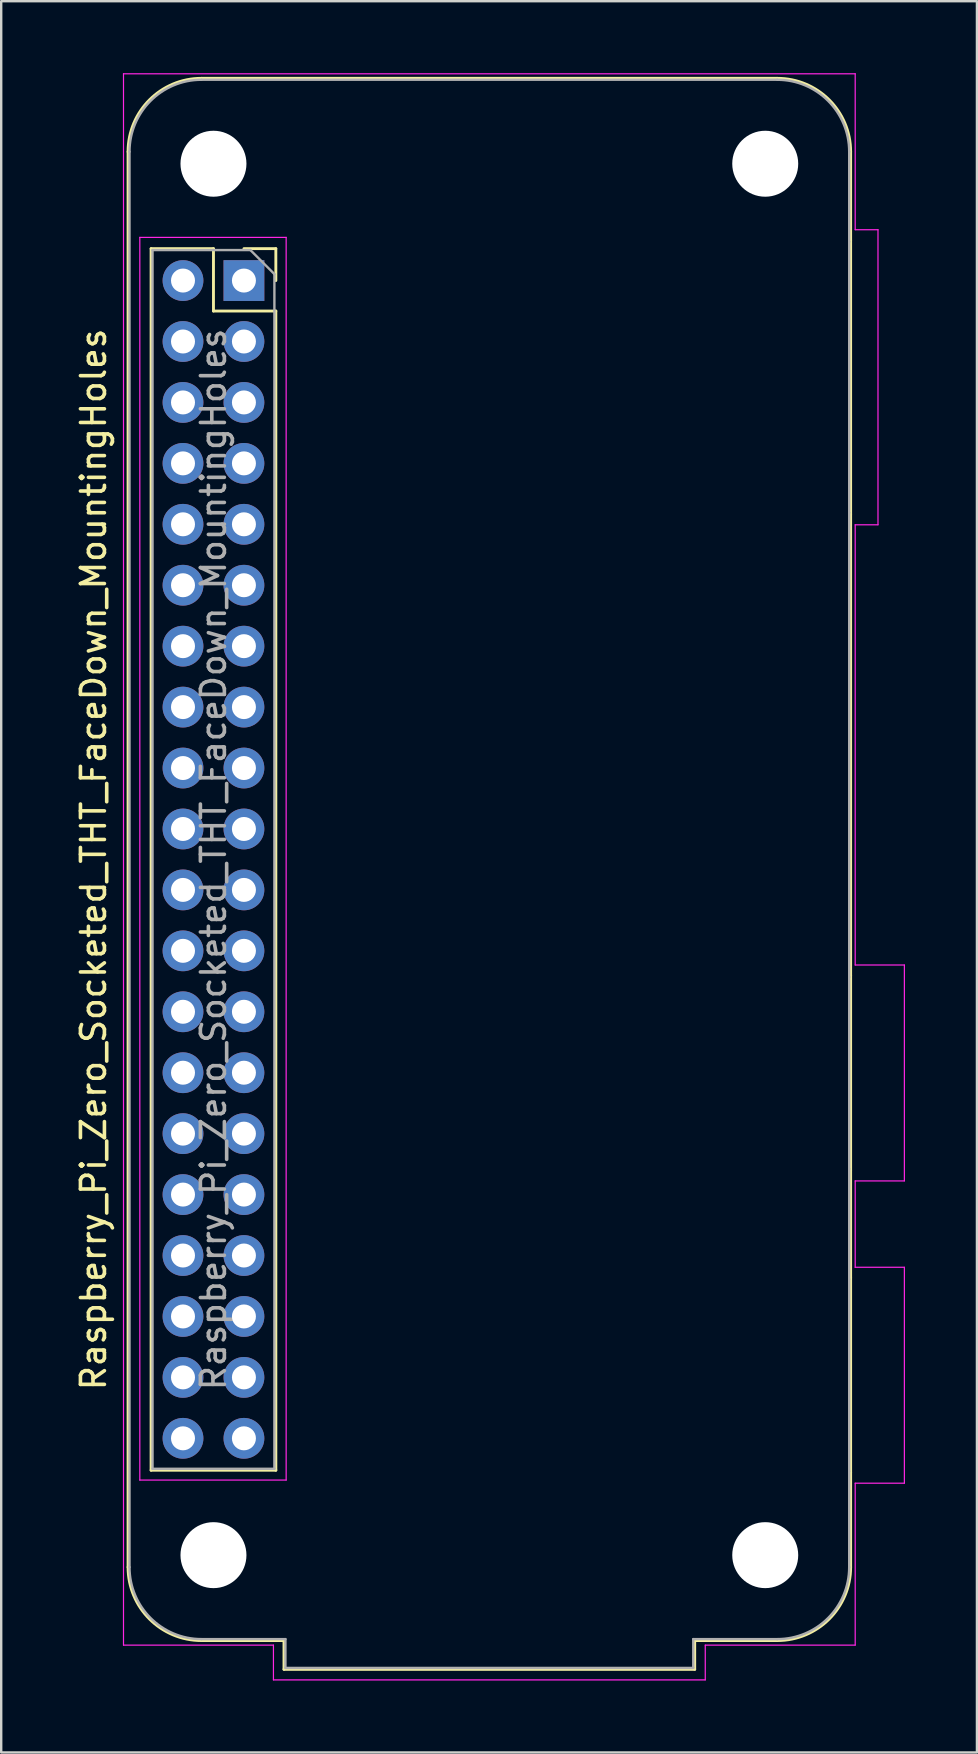
<source format=kicad_pcb>
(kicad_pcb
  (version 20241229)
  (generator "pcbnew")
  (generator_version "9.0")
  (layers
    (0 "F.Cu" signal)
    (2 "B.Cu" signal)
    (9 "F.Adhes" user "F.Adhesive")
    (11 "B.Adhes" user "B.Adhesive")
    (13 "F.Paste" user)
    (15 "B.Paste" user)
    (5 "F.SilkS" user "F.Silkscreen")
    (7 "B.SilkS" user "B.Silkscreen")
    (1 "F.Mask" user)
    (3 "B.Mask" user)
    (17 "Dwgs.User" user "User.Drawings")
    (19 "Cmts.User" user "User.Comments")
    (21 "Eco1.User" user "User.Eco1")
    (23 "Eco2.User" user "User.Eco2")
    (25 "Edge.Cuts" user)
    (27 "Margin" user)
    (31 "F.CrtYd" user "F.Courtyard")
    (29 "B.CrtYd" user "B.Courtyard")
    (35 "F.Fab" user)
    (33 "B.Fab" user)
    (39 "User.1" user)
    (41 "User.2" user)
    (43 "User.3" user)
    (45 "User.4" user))
  (footprint "Raspberry_Pi_Zero_Socketed_THT_FaceDown_MountingHoles"
    (layer "F.Cu")
    (at 7.118 8.645)
    (property "Reference" "Raspberry_Pi_Zero_Socketed_THT_FaceDown_MountingHoles" (at -6.27 24.13 90) (layer "F.SilkS") (effects (font (size 1 1) (thickness 0.15))))
    (attr through_hole)
    (fp_line (start -4.83 53.63) (end -4.83 -5.37) (stroke (width 0.12) (type solid)) (layer "F.SilkS"))
    (fp_line (start -3.87 -1.33) (end -3.87 49.59) (stroke (width 0.12) (type solid)) (layer "F.SilkS"))
    (fp_line (start -3.87 -1.33) (end -1.27 -1.33) (stroke (width 0.12) (type solid)) (layer "F.SilkS"))
    (fp_line (start -3.87 49.59) (end 1.33 49.59) (stroke (width 0.12) (type solid)) (layer "F.SilkS"))
    (fp_line (start -1.77 -8.43) (end 22.23 -8.43) (stroke (width 0.12) (type solid)) (layer "F.SilkS"))
    (fp_line (start -1.27 -1.33) (end -1.27 1.27) (stroke (width 0.12) (type solid)) (layer "F.SilkS"))
    (fp_line (start -1.27 1.27) (end 1.33 1.27) (stroke (width 0.12) (type solid)) (layer "F.SilkS"))
    (fp_line (start 0 -1.33) (end 1.33 -1.33) (stroke (width 0.12) (type solid)) (layer "F.SilkS"))
    (fp_line (start 1.33 -1.33) (end 1.33 0) (stroke (width 0.12) (type solid)) (layer "F.SilkS"))
    (fp_line (start 1.33 1.27) (end 1.33 49.59) (stroke (width 0.12) (type solid)) (layer "F.SilkS"))
    (fp_line (start 1.67 56.69) (end -1.77 56.69) (stroke (width 0.12) (type solid)) (layer "F.SilkS"))
    (fp_line (start 1.67 56.69) (end 1.67 57.89) (stroke (width 0.12) (type solid)) (layer "F.SilkS"))
    (fp_line (start 1.67 57.89) (end 18.79 57.89) (stroke (width 0.12) (type solid)) (layer "F.SilkS"))
    (fp_line (start 18.79 56.69) (end 22.23 56.69) (stroke (width 0.12) (type solid)) (layer "F.SilkS"))
    (fp_line (start 18.79 57.89) (end 18.79 56.69) (stroke (width 0.12) (type solid)) (layer "F.SilkS"))
    (fp_line (start 25.29 -1.68) (end 25.29 -5.37) (stroke (width 0.12) (type solid)) (layer "F.SilkS"))
    (fp_line (start 25.29 9.74) (end 25.29 -1.68) (stroke (width 0.12) (type solid)) (layer "F.SilkS"))
    (fp_line (start 25.29 28.97) (end 25.29 9.74) (stroke (width 0.12) (type solid)) (layer "F.SilkS"))
    (fp_line (start 25.29 37.09) (end 25.29 28.97) (stroke (width 0.12) (type solid)) (layer "F.SilkS"))
    (fp_line (start 25.29 41.57) (end 25.29 37.09) (stroke (width 0.12) (type solid)) (layer "F.SilkS"))
    (fp_line (start 25.29 49.69) (end 25.29 41.57) (stroke (width 0.12) (type solid)) (layer "F.SilkS"))
    (fp_line (start 25.29 53.63) (end 25.29 49.69) (stroke (width 0.12) (type solid)) (layer "F.SilkS"))
    (fp_arc (start -4.83 -5.37) (mid -3.933747 -7.533747) (end -1.77 -8.43) (stroke (width 0.12) (type solid)) (layer "F.SilkS"))
    (fp_arc (start -1.77 56.69) (mid -3.933747 55.793747) (end -4.83 53.63) (stroke (width 0.12) (type solid)) (layer "F.SilkS"))
    (fp_arc (start 22.23 -8.43) (mid 24.393747 -7.533747) (end 25.29 -5.37) (stroke (width 0.12) (type solid)) (layer "F.SilkS"))
    (fp_arc (start 25.29 53.63) (mid 24.393747 55.793747) (end 22.23 56.69) (stroke (width 0.12) (type solid)) (layer "F.SilkS"))
    (fp_line (start -5.02 -8.62) (end 25.48 -8.62) (stroke (width 0.05) (type solid)) (layer "F.CrtYd"))
    (fp_line (start -5.02 56.88) (end -5.02 -8.62) (stroke (width 0.05) (type solid)) (layer "F.CrtYd"))
    (fp_line (start -5.02 56.88) (end 1.23 56.88) (stroke (width 0.05) (type solid)) (layer "F.CrtYd"))
    (fp_line (start -4.34 -1.8) (end 1.76 -1.8) (stroke (width 0.05) (type solid)) (layer "F.CrtYd"))
    (fp_line (start -4.34 50) (end -4.34 -1.8) (stroke (width 0.05) (type solid)) (layer "F.CrtYd"))
    (fp_line (start 1.23 58.33) (end 1.23 56.88) (stroke (width 0.05) (type solid)) (layer "F.CrtYd"))
    (fp_line (start 1.76 -1.8) (end 1.76 50) (stroke (width 0.05) (type solid)) (layer "F.CrtYd"))
    (fp_line (start 1.76 50) (end -4.34 50) (stroke (width 0.05) (type solid)) (layer "F.CrtYd"))
    (fp_line (start 19.23 56.88) (end 25.48 56.88) (stroke (width 0.05) (type solid)) (layer "F.CrtYd"))
    (fp_line (start 19.23 58.33) (end 1.23 58.33) (stroke (width 0.05) (type solid)) (layer "F.CrtYd"))
    (fp_line (start 19.23 58.33) (end 19.23 56.88) (stroke (width 0.05) (type solid)) (layer "F.CrtYd"))
    (fp_line (start 25.48 -2.12) (end 25.48 -8.62) (stroke (width 0.05) (type solid)) (layer "F.CrtYd"))
    (fp_line (start 25.48 28.53) (end 25.48 10.18) (stroke (width 0.05) (type solid)) (layer "F.CrtYd"))
    (fp_line (start 25.48 37.53) (end 25.48 41.13) (stroke (width 0.05) (type solid)) (layer "F.CrtYd"))
    (fp_line (start 25.48 50.13) (end 25.48 56.88) (stroke (width 0.05) (type solid)) (layer "F.CrtYd"))
    (fp_line (start 26.43 -2.12) (end 25.48 -2.12) (stroke (width 0.05) (type solid)) (layer "F.CrtYd"))
    (fp_line (start 26.43 -2.12) (end 26.43 10.18) (stroke (width 0.05) (type solid)) (layer "F.CrtYd"))
    (fp_line (start 26.43 10.18) (end 25.48 10.18) (stroke (width 0.05) (type solid)) (layer "F.CrtYd"))
    (fp_line (start 27.53 28.53) (end 25.48 28.53) (stroke (width 0.05) (type solid)) (layer "F.CrtYd"))
    (fp_line (start 27.53 37.53) (end 25.48 37.53) (stroke (width 0.05) (type solid)) (layer "F.CrtYd"))
    (fp_line (start 27.53 37.53) (end 27.53 28.53) (stroke (width 0.05) (type solid)) (layer "F.CrtYd"))
    (fp_line (start 27.53 41.13) (end 25.48 41.13) (stroke (width 0.05) (type solid)) (layer "F.CrtYd"))
    (fp_line (start 27.53 50.13) (end 25.48 50.13) (stroke (width 0.05) (type solid)) (layer "F.CrtYd"))
    (fp_line (start 27.53 50.13) (end 27.53 41.13) (stroke (width 0.05) (type solid)) (layer "F.CrtYd"))
    (fp_line (start -4.77 53.63) (end -4.77 -5.37) (stroke (width 0.1) (type solid)) (layer "F.Fab"))
    (fp_line (start -3.81 -1.27) (end 0.27 -1.27) (stroke (width 0.1) (type solid)) (layer "F.Fab"))
    (fp_line (start -3.81 49.53) (end -3.81 -1.27) (stroke (width 0.1) (type solid)) (layer "F.Fab"))
    (fp_line (start -1.77 -8.37) (end 22.23 -8.37) (stroke (width 0.1) (type solid)) (layer "F.Fab"))
    (fp_line (start -1.77 56.63) (end 1.73 56.63) (stroke (width 0.1) (type solid)) (layer "F.Fab"))
    (fp_line (start 0.27 -1.27) (end 1.27 -0.27) (stroke (width 0.1) (type solid)) (layer "F.Fab"))
    (fp_line (start 1.27 -0.27) (end 1.27 49.53) (stroke (width 0.1) (type solid)) (layer "F.Fab"))
    (fp_line (start 1.27 49.53) (end -3.81 49.53) (stroke (width 0.1) (type solid)) (layer "F.Fab"))
    (fp_line (start 1.73 56.63) (end 1.73 57.83) (stroke (width 0.1) (type solid)) (layer "F.Fab"))
    (fp_line (start 1.73 57.83) (end 18.73 57.83) (stroke (width 0.1) (type solid)) (layer "F.Fab"))
    (fp_line (start 18.73 56.63) (end 18.73 57.83) (stroke (width 0.1) (type solid)) (layer "F.Fab"))
    (fp_line (start 22.23 56.63) (end 18.73 56.63) (stroke (width 0.1) (type solid)) (layer "F.Fab"))
    (fp_line (start 25.23 -1.62) (end 25.23 -5.37) (stroke (width 0.1) (type solid)) (layer "F.Fab"))
    (fp_line (start 25.23 9.68) (end 25.23 -1.62) (stroke (width 0.1) (type solid)) (layer "F.Fab"))
    (fp_line (start 25.23 29.03) (end 25.23 9.68) (stroke (width 0.1) (type solid)) (layer "F.Fab"))
    (fp_line (start 25.23 37.03) (end 25.23 29.03) (stroke (width 0.1) (type solid)) (layer "F.Fab"))
    (fp_line (start 25.23 41.63) (end 25.23 37.03) (stroke (width 0.1) (type solid)) (layer "F.Fab"))
    (fp_line (start 25.23 49.63) (end 25.23 41.63) (stroke (width 0.1) (type solid)) (layer "F.Fab"))
    (fp_line (start 25.23 49.63) (end 25.23 53.63) (stroke (width 0.1) (type solid)) (layer "F.Fab"))
    (fp_arc (start -4.77 -5.37) (mid -3.89132 -7.49132) (end -1.77 -8.37) (stroke (width 0.1) (type solid)) (layer "F.Fab"))
    (fp_arc (start -1.77 56.63) (mid -3.89132 55.75132) (end -4.77 53.63) (stroke (width 0.1) (type solid)) (layer "F.Fab"))
    (fp_arc (start 22.23 -8.37) (mid 24.35132 -7.49132) (end 25.23 -5.37) (stroke (width 0.1) (type solid)) (layer "F.Fab"))
    (fp_arc (start 25.23 53.63) (mid 24.35132 55.75132) (end 22.23 56.63) (stroke (width 0.1) (type solid)) (layer "F.Fab"))
    (fp_text user "${REFERENCE}" (at -1.27 24.13 90) (layer "F.Fab") (effects (font (size 1 1) (thickness 0.15))))
    (pad "" np_thru_hole circle (at -1.27 -4.87 90) (size 2.75 2.75) (drill 2.75) (layers "*.Cu" "*.Mask"))
    (pad "" np_thru_hole circle (at -1.27 53.13 90) (size 2.75 2.75) (drill 2.75) (layers "*.Cu" "*.Mask"))
    (pad "" np_thru_hole circle (at 21.73 -4.87 90) (size 2.75 2.75) (drill 2.75) (layers "*.Cu" "*.Mask"))
    (pad "" np_thru_hole circle (at 21.73 53.13 90) (size 2.75 2.75) (drill 2.75) (layers "*.Cu" "*.Mask"))
    (pad "1" thru_hole rect (at 0 0) (size 1.7 1.7) (drill 1) (layers "*.Cu" "*.Mask"))
    (pad "2" thru_hole oval (at -2.54 0) (size 1.7 1.7) (drill 1) (layers "*.Cu" "*.Mask"))
    (pad "3" thru_hole oval (at 0 2.54) (size 1.7 1.7) (drill 1) (layers "*.Cu" "*.Mask"))
    (pad "4" thru_hole oval (at -2.54 2.54) (size 1.7 1.7) (drill 1) (layers "*.Cu" "*.Mask"))
    (pad "5" thru_hole oval (at 0 5.08) (size 1.7 1.7) (drill 1) (layers "*.Cu" "*.Mask"))
    (pad "6" thru_hole oval (at -2.54 5.08) (size 1.7 1.7) (drill 1) (layers "*.Cu" "*.Mask"))
    (pad "7" thru_hole oval (at 0 7.62) (size 1.7 1.7) (drill 1) (layers "*.Cu" "*.Mask"))
    (pad "8" thru_hole oval (at -2.54 7.62) (size 1.7 1.7) (drill 1) (layers "*.Cu" "*.Mask"))
    (pad "9" thru_hole oval (at 0 10.16) (size 1.7 1.7) (drill 1) (layers "*.Cu" "*.Mask"))
    (pad "10" thru_hole oval (at -2.54 10.16) (size 1.7 1.7) (drill 1) (layers "*.Cu" "*.Mask"))
    (pad "11" thru_hole oval (at 0 12.7) (size 1.7 1.7) (drill 1) (layers "*.Cu" "*.Mask"))
    (pad "12" thru_hole oval (at -2.54 12.7) (size 1.7 1.7) (drill 1) (layers "*.Cu" "*.Mask"))
    (pad "13" thru_hole oval (at 0 15.24) (size 1.7 1.7) (drill 1) (layers "*.Cu" "*.Mask"))
    (pad "14" thru_hole oval (at -2.54 15.24) (size 1.7 1.7) (drill 1) (layers "*.Cu" "*.Mask"))
    (pad "15" thru_hole oval (at 0 17.78) (size 1.7 1.7) (drill 1) (layers "*.Cu" "*.Mask"))
    (pad "16" thru_hole oval (at -2.54 17.78) (size 1.7 1.7) (drill 1) (layers "*.Cu" "*.Mask"))
    (pad "17" thru_hole oval (at 0 20.32) (size 1.7 1.7) (drill 1) (layers "*.Cu" "*.Mask"))
    (pad "18" thru_hole oval (at -2.54 20.32) (size 1.7 1.7) (drill 1) (layers "*.Cu" "*.Mask"))
    (pad "19" thru_hole oval (at 0 22.86) (size 1.7 1.7) (drill 1) (layers "*.Cu" "*.Mask"))
    (pad "20" thru_hole oval (at -2.54 22.86) (size 1.7 1.7) (drill 1) (layers "*.Cu" "*.Mask"))
    (pad "21" thru_hole oval (at 0 25.4) (size 1.7 1.7) (drill 1) (layers "*.Cu" "*.Mask"))
    (pad "22" thru_hole oval (at -2.54 25.4) (size 1.7 1.7) (drill 1) (layers "*.Cu" "*.Mask"))
    (pad "23" thru_hole oval (at 0 27.94) (size 1.7 1.7) (drill 1) (layers "*.Cu" "*.Mask"))
    (pad "24" thru_hole oval (at -2.54 27.94) (size 1.7 1.7) (drill 1) (layers "*.Cu" "*.Mask"))
    (pad "25" thru_hole oval (at 0 30.48) (size 1.7 1.7) (drill 1) (layers "*.Cu" "*.Mask"))
    (pad "26" thru_hole oval (at -2.54 30.48) (size 1.7 1.7) (drill 1) (layers "*.Cu" "*.Mask"))
    (pad "27" thru_hole oval (at 0 33.02) (size 1.7 1.7) (drill 1) (layers "*.Cu" "*.Mask"))
    (pad "28" thru_hole oval (at -2.54 33.02) (size 1.7 1.7) (drill 1) (layers "*.Cu" "*.Mask"))
    (pad "29" thru_hole oval (at 0 35.56) (size 1.7 1.7) (drill 1) (layers "*.Cu" "*.Mask"))
    (pad "30" thru_hole oval (at -2.54 35.56) (size 1.7 1.7) (drill 1) (layers "*.Cu" "*.Mask"))
    (pad "31" thru_hole oval (at 0 38.1) (size 1.7 1.7) (drill 1) (layers "*.Cu" "*.Mask"))
    (pad "32" thru_hole oval (at -2.54 38.1) (size 1.7 1.7) (drill 1) (layers "*.Cu" "*.Mask"))
    (pad "33" thru_hole oval (at 0 40.64) (size 1.7 1.7) (drill 1) (layers "*.Cu" "*.Mask"))
    (pad "34" thru_hole oval (at -2.54 40.64) (size 1.7 1.7) (drill 1) (layers "*.Cu" "*.Mask"))
    (pad "35" thru_hole oval (at 0 43.18) (size 1.7 1.7) (drill 1) (layers "*.Cu" "*.Mask"))
    (pad "36" thru_hole oval (at -2.54 43.18) (size 1.7 1.7) (drill 1) (layers "*.Cu" "*.Mask"))
    (pad "37" thru_hole oval (at 0 45.72) (size 1.7 1.7) (drill 1) (layers "*.Cu" "*.Mask"))
    (pad "38" thru_hole oval (at -2.54 45.72) (size 1.7 1.7) (drill 1) (layers "*.Cu" "*.Mask"))
    (pad "39" thru_hole oval (at 0 48.26) (size 1.7 1.7) (drill 1) (layers "*.Cu" "*.Mask"))
    (pad "40" thru_hole oval (at -2.54 48.26) (size 1.7 1.7) (drill 1) (layers "*.Cu" "*.Mask")))
  (gr_rect
    (start -3 -3)
    (end 37.673 70)
    (stroke (width 0.1) (type default))
    (fill no)
    (layer "Edge.Cuts")))
</source>
